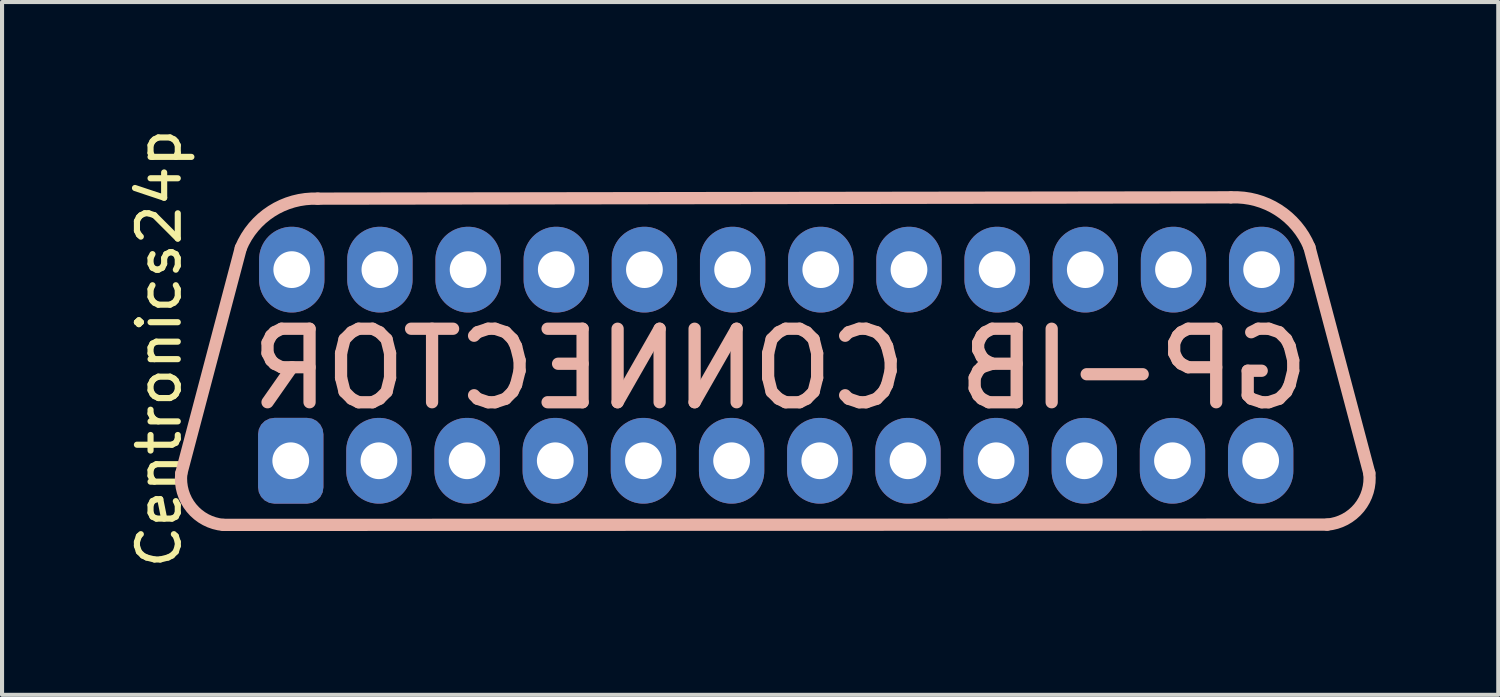
<source format=kicad_pcb>
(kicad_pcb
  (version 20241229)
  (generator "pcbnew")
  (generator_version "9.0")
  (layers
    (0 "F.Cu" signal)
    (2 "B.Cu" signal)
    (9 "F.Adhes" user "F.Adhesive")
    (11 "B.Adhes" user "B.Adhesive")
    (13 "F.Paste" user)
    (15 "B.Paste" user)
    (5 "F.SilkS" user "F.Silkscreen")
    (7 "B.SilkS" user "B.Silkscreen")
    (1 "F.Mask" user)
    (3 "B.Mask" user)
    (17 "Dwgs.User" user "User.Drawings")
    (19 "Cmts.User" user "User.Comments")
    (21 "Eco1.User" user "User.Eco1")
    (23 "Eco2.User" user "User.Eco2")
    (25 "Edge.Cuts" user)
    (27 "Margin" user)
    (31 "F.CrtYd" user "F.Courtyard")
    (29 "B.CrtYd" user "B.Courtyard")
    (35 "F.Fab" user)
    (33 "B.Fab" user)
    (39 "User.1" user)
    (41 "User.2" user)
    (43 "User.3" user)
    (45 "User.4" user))
  (footprint "Centronics24p"
    (layer "F.Cu")
    (at 15.968 5.502)
    (property "Reference" "Centronics24p" (at -15.12 -0.02 270) (layer "F.SilkS") (effects (font (size 1 1) (thickness 0.15))))
    (attr through_hole)
    (fp_line (start -13.549 4.3) (end 13.48 4.293) (stroke (width 0.3) (type solid)) (layer "B.SilkS"))
    (fp_line (start -13.121 -2.48) (end -14.579 3.04) (stroke (width 0.3) (type solid)) (layer "B.SilkS"))
    (fp_line (start 11.111 -3.72) (end -11.238 -3.688) (stroke (width 0.3) (type solid)) (layer "B.SilkS"))
    (fp_line (start 13.043 -2.5) (end 14.51 3.033) (stroke (width 0.3) (type solid)) (layer "B.SilkS"))
    (fp_arc (start -13.548933 4.300419) (mid -14.329731 3.887698) (end -14.578933 3.040419) (stroke (width 0.3) (type solid)) (layer "B.SilkS"))
    (fp_arc (start -13.121067 -2.480418) (mid -12.369021 -3.379601) (end -11.238034 -3.687775) (stroke (width 0.3) (type solid)) (layer "B.SilkS"))
    (fp_arc (start 11.131067 -3.719581) (mid 12.278889 -3.410789) (end 13.043113 -2.500398) (stroke (width 0.3) (type solid)) (layer "B.SilkS"))
    (fp_arc (start 14.510269 3.03314) (mid 14.261067 3.880419) (end 13.480269 4.29314) (stroke (width 0.3) (type solid)) (layer "B.SilkS"))
    (fp_text user "GP-IB CONNECTOR" (at 0.09 0.48 180) (layer "B.SilkS") (effects (font (size 1.8 1.8) (thickness 0.3)) (justify mirror)))
    (pad "1" thru_hole roundrect (at -11.899 2.73) (size 1.6 2.1) (drill 0.9) (layers "*.Cu" "F.Mask") (roundrect_rratio 0.25))
    (pad "2" thru_hole oval (at -9.74 2.73) (size 1.6 2.1) (drill 0.9) (layers "*.Cu" "F.Mask"))
    (pad "3" thru_hole oval (at -7.581 2.73) (size 1.6 2.1) (drill 0.9) (layers "*.Cu" "F.Mask"))
    (pad "4" thru_hole oval (at -5.422 2.73) (size 1.6 2.1) (drill 0.9) (layers "*.Cu" "F.Mask"))
    (pad "5" thru_hole oval (at -3.263 2.73) (size 1.6 2.1) (drill 0.9) (layers "*.Cu" "F.Mask"))
    (pad "6" thru_hole oval (at -1.104 2.73) (size 1.6 2.1) (drill 0.9) (layers "*.Cu" "F.Mask"))
    (pad "7" thru_hole oval (at 1.055 2.73) (size 1.6 2.1) (drill 0.9) (layers "*.Cu" "F.Mask"))
    (pad "8" thru_hole oval (at 3.214 2.73) (size 1.6 2.1) (drill 0.9) (layers "*.Cu" "F.Mask"))
    (pad "9" thru_hole oval (at 5.373 2.73) (size 1.6 2.1) (drill 0.9) (layers "*.Cu" "F.Mask"))
    (pad "10" thru_hole oval (at 7.532 2.73) (size 1.6 2.1) (drill 0.9) (layers "*.Cu" "F.Mask"))
    (pad "11" thru_hole oval (at 9.691 2.73) (size 1.6 2.1) (drill 0.9) (layers "*.Cu" "F.Mask"))
    (pad "12" thru_hole oval (at 11.85 2.73) (size 1.6 2.1) (drill 0.9) (layers "*.Cu" "F.Mask"))
    (pad "13" thru_hole oval (at -11.874 -1.95) (size 1.6 2.1) (drill 0.9) (layers "*.Cu" "F.Mask"))
    (pad "14" thru_hole oval (at -9.716 -1.95) (size 1.6 2.1) (drill 0.9) (layers "*.Cu" "F.Mask"))
    (pad "15" thru_hole oval (at -7.556 -1.95) (size 1.6 2.1) (drill 0.9) (layers "*.Cu" "F.Mask"))
    (pad "16" thru_hole oval (at -5.397 -1.95) (size 1.6 2.1) (drill 0.9) (layers "*.Cu" "F.Mask"))
    (pad "17" thru_hole oval (at -3.239 -1.95) (size 1.6 2.1) (drill 0.9) (layers "*.Cu" "F.Mask"))
    (pad "18" thru_hole oval (at -1.079 -1.95) (size 1.6 2.1) (drill 0.9) (layers "*.Cu" "F.Mask"))
    (pad "19" thru_hole oval (at 1.079 -1.95) (size 1.6 2.1) (drill 0.9) (layers "*.Cu" "F.Mask"))
    (pad "20" thru_hole oval (at 3.239 -1.95) (size 1.6 2.1) (drill 0.9) (layers "*.Cu" "F.Mask"))
    (pad "21" thru_hole oval (at 5.397 -1.95) (size 1.6 2.1) (drill 0.9) (layers "*.Cu" "F.Mask"))
    (pad "22" thru_hole oval (at 7.556 -1.95) (size 1.6 2.1) (drill 0.9) (layers "*.Cu" "F.Mask"))
    (pad "23" thru_hole oval (at 9.716 -1.95) (size 1.6 2.1) (drill 0.9) (layers "*.Cu" "F.Mask"))
    (pad "24" thru_hole oval (at 11.874 -1.95) (size 1.6 2.1) (drill 0.9) (layers "*.Cu" "F.Mask")))
  (gr_rect
    (start -3 -3)
    (end 33.636 13.964)
    (stroke (width 0.1) (type default))
    (fill no)
    (layer "Edge.Cuts")))
</source>
